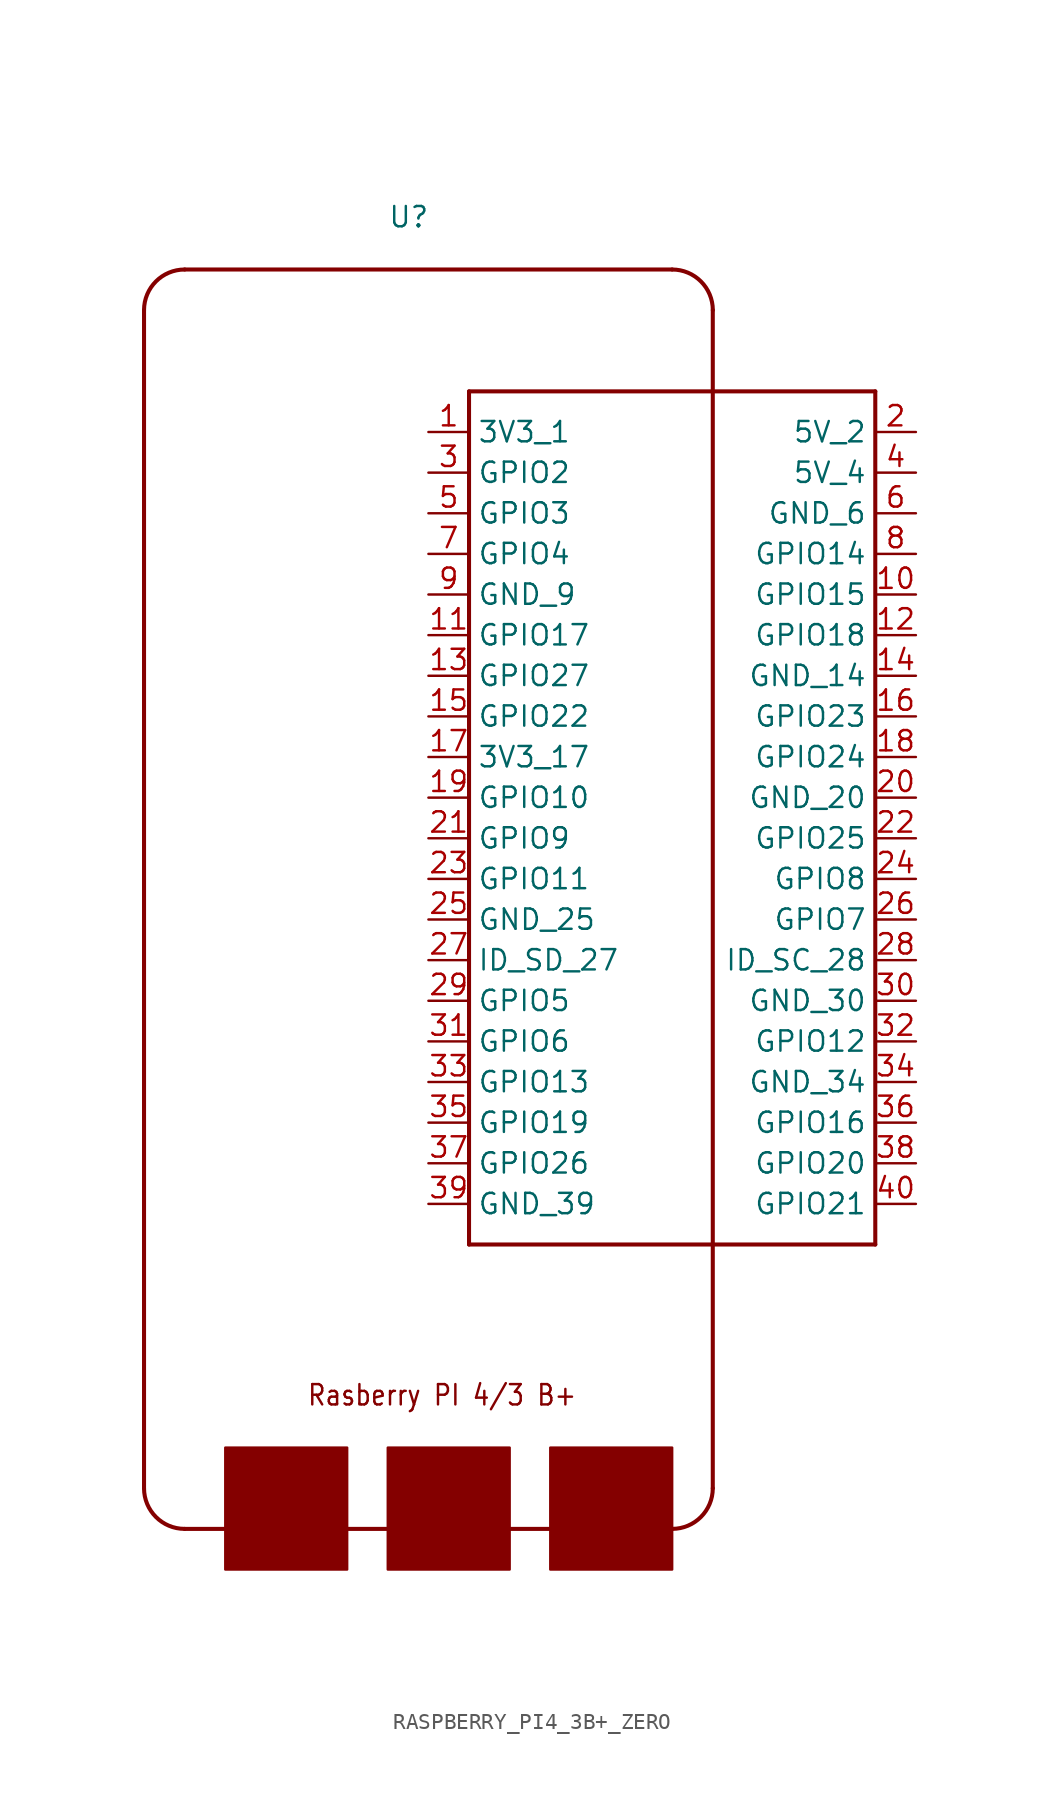
<source format=kicad_sym>
(kicad_symbol_lib
  (version 20211014)
  (generator kicad_symbol_editor)
  (symbol "RASPBERRY_PI4_3B+_ZERO"
    (pin_names)
    (property "Reference" "U"
      (at -17.78 12.7 0)
      (effects (font (size 1.27 1.27)) (justify left bottom)))
    (property "Datasheet" ""
      (at 0 0 0))
    (property "ki_fp_filters" "FlashPCB_DevBoards:RASPBERRY_PI4_HAT FlashPCB_DevBoards:RASPBERRY_PI3B_B+_HAT FlashPCB_DevBoards:RASPBERRY_PI_ZERO_HAT"
      (at 0 0 0))
    (symbol "RASPBERRY_PI4_3B+_ZERO_1_1"
      (text "Rasberry PI 4/3 B+" (at -22.86 -60.96 0) (effects (font (size 1.27 1.086)) (justify left bottom)))
      (rectangle (start -7.62 -71.12) (end 0 -63.5) (stroke (width 0)) (fill (type outline)))
      (rectangle (start -17.78 -71.12) (end -10.16 -63.5) (stroke (width 0)) (fill (type outline)))
      (rectangle (start -27.94 -71.12) (end -20.32 -63.5) (stroke (width 0)) (fill (type outline)))
      (polyline (pts (xy -12.7 2.54) (xy 12.7 2.54)) (stroke (width 0.254)) (fill (type none)))
      (polyline (pts (xy 12.7 2.54) (xy 12.7 -50.8)) (stroke (width 0.254)) (fill (type none)))
      (polyline (pts (xy 12.7 -50.8) (xy -12.7 -50.8)) (stroke (width 0.254)) (fill (type none)))
      (polyline (pts (xy -12.7 -50.8) (xy -12.7 2.54)) (stroke (width 0.254)) (fill (type none)))
      (arc (start 2.54 7.62) (mid 1.796051224213831 9.416051224213831) (end 0 10.16) (stroke (width 0.254) (type default)) (fill (type none)))
      (polyline (pts (xy 0 10.16) (xy -30.48 10.16)) (stroke (width 0.254)) (fill (type none)))
      (arc (start -30.48 10.16) (mid -32.27605122421383 9.416051224213831) (end -33.02 7.62) (stroke (width 0.254) (type default)) (fill (type none)))
      (polyline (pts (xy -33.02 7.62) (xy -33.02 -66.04)) (stroke (width 0.254)) (fill (type none)))
      (arc (start -33.02 -66.04) (mid -32.27605122421383 -67.83605122421383) (end -30.48 -68.58) (stroke (width 0.254) (type default)) (fill (type none)))
      (polyline (pts (xy -30.48 -68.58) (xy 0 -68.58)) (stroke (width 0.254)) (fill (type none)))
      (arc (start 0 -68.58) (mid 1.7960512242138291 -67.83605122421383) (end 2.54 -66.04) (stroke (width 0.254) (type default)) (fill (type none)))
      (polyline (pts (xy 2.54 -66.04) (xy 2.54 7.62)) (stroke (width 0.254)) (fill (type none)))
      (circle private (center 0 0) (radius 2.54) (stroke (width 0.254) (type default)) (fill (type none)))
      (circle private (center 0 0) (radius 2.54) (stroke (width 0.254) (type default)) (fill (type none)))
      (circle private (center 0 0) (radius 2.54) (stroke (width 0.254) (type default)) (fill (type none)))
      (circle private (center 0 0) (radius 2.54) (stroke (width 0.254) (type default)) (fill (type none)))
      (pin bidirectional line (at -15.24 0 0) (length 2.54) (name "3V3_1" (effects (font (size 1.27 1.27)))) (number "1" (effects (font (size 1.27 1.27)))))
      (pin bidirectional line (at 15.24 0 180) (length 2.54) (name "5V_2" (effects (font (size 1.27 1.27)))) (number "2" (effects (font (size 1.27 1.27)))))
      (pin bidirectional line (at -15.24 -2.54 0) (length 2.54) (name "GPIO2" (effects (font (size 1.27 1.27)))) (number "3" (effects (font (size 1.27 1.27)))))
      (pin bidirectional line (at 15.24 -2.54 180) (length 2.54) (name "5V_4" (effects (font (size 1.27 1.27)))) (number "4" (effects (font (size 1.27 1.27)))))
      (pin bidirectional line (at -15.24 -5.08 0) (length 2.54) (name "GPIO3" (effects (font (size 1.27 1.27)))) (number "5" (effects (font (size 1.27 1.27)))))
      (pin bidirectional line (at 15.24 -5.08 180) (length 2.54) (name "GND_6" (effects (font (size 1.27 1.27)))) (number "6" (effects (font (size 1.27 1.27)))))
      (pin bidirectional line (at -15.24 -7.62 0) (length 2.54) (name "GPIO4" (effects (font (size 1.27 1.27)))) (number "7" (effects (font (size 1.27 1.27)))))
      (pin bidirectional line (at 15.24 -7.62 180) (length 2.54) (name "GPIO14" (effects (font (size 1.27 1.27)))) (number "8" (effects (font (size 1.27 1.27)))))
      (pin bidirectional line (at -15.24 -10.16 0) (length 2.54) (name "GND_9" (effects (font (size 1.27 1.27)))) (number "9" (effects (font (size 1.27 1.27)))))
      (pin bidirectional line (at 15.24 -10.16 180) (length 2.54) (name "GPIO15" (effects (font (size 1.27 1.27)))) (number "10" (effects (font (size 1.27 1.27)))))
      (pin bidirectional line (at -15.24 -12.7 0) (length 2.54) (name "GPIO17" (effects (font (size 1.27 1.27)))) (number "11" (effects (font (size 1.27 1.27)))))
      (pin bidirectional line (at 15.24 -12.7 180) (length 2.54) (name "GPIO18" (effects (font (size 1.27 1.27)))) (number "12" (effects (font (size 1.27 1.27)))))
      (pin bidirectional line (at -15.24 -15.24 0) (length 2.54) (name "GPIO27" (effects (font (size 1.27 1.27)))) (number "13" (effects (font (size 1.27 1.27)))))
      (pin bidirectional line (at 15.24 -15.24 180) (length 2.54) (name "GND_14" (effects (font (size 1.27 1.27)))) (number "14" (effects (font (size 1.27 1.27)))))
      (pin bidirectional line (at -15.24 -17.78 0) (length 2.54) (name "GPIO22" (effects (font (size 1.27 1.27)))) (number "15" (effects (font (size 1.27 1.27)))))
      (pin bidirectional line (at 15.24 -17.78 180) (length 2.54) (name "GPIO23" (effects (font (size 1.27 1.27)))) (number "16" (effects (font (size 1.27 1.27)))))
      (pin bidirectional line (at -15.24 -20.32 0) (length 2.54) (name "3V3_17" (effects (font (size 1.27 1.27)))) (number "17" (effects (font (size 1.27 1.27)))))
      (pin bidirectional line (at 15.24 -20.32 180) (length 2.54) (name "GPIO24" (effects (font (size 1.27 1.27)))) (number "18" (effects (font (size 1.27 1.27)))))
      (pin bidirectional line (at -15.24 -22.86 0) (length 2.54) (name "GPIO10" (effects (font (size 1.27 1.27)))) (number "19" (effects (font (size 1.27 1.27)))))
      (pin bidirectional line (at 15.24 -22.86 180) (length 2.54) (name "GND_20" (effects (font (size 1.27 1.27)))) (number "20" (effects (font (size 1.27 1.27)))))
      (pin bidirectional line (at -15.24 -25.4 0) (length 2.54) (name "GPIO9" (effects (font (size 1.27 1.27)))) (number "21" (effects (font (size 1.27 1.27)))))
      (pin bidirectional line (at 15.24 -25.4 180) (length 2.54) (name "GPIO25" (effects (font (size 1.27 1.27)))) (number "22" (effects (font (size 1.27 1.27)))))
      (pin bidirectional line (at -15.24 -27.94 0) (length 2.54) (name "GPIO11" (effects (font (size 1.27 1.27)))) (number "23" (effects (font (size 1.27 1.27)))))
      (pin bidirectional line (at 15.24 -27.94 180) (length 2.54) (name "GPIO8" (effects (font (size 1.27 1.27)))) (number "24" (effects (font (size 1.27 1.27)))))
      (pin bidirectional line (at -15.24 -30.48 0) (length 2.54) (name "GND_25" (effects (font (size 1.27 1.27)))) (number "25" (effects (font (size 1.27 1.27)))))
      (pin bidirectional line (at 15.24 -30.48 180) (length 2.54) (name "GPIO7" (effects (font (size 1.27 1.27)))) (number "26" (effects (font (size 1.27 1.27)))))
      (pin bidirectional line (at -15.24 -33.02 0) (length 2.54) (name "ID_SD_27" (effects (font (size 1.27 1.27)))) (number "27" (effects (font (size 1.27 1.27)))))
      (pin bidirectional line (at 15.24 -33.02 180) (length 2.54) (name "ID_SC_28" (effects (font (size 1.27 1.27)))) (number "28" (effects (font (size 1.27 1.27)))))
      (pin bidirectional line (at -15.24 -35.56 0) (length 2.54) (name "GPIO5" (effects (font (size 1.27 1.27)))) (number "29" (effects (font (size 1.27 1.27)))))
      (pin bidirectional line (at 15.24 -35.56 180) (length 2.54) (name "GND_30" (effects (font (size 1.27 1.27)))) (number "30" (effects (font (size 1.27 1.27)))))
      (pin bidirectional line (at -15.24 -38.1 0) (length 2.54) (name "GPIO6" (effects (font (size 1.27 1.27)))) (number "31" (effects (font (size 1.27 1.27)))))
      (pin bidirectional line (at 15.24 -38.1 180) (length 2.54) (name "GPIO12" (effects (font (size 1.27 1.27)))) (number "32" (effects (font (size 1.27 1.27)))))
      (pin bidirectional line (at -15.24 -40.64 0) (length 2.54) (name "GPIO13" (effects (font (size 1.27 1.27)))) (number "33" (effects (font (size 1.27 1.27)))))
      (pin bidirectional line (at 15.24 -40.64 180) (length 2.54) (name "GND_34" (effects (font (size 1.27 1.27)))) (number "34" (effects (font (size 1.27 1.27)))))
      (pin bidirectional line (at -15.24 -43.18 0) (length 2.54) (name "GPIO19" (effects (font (size 1.27 1.27)))) (number "35" (effects (font (size 1.27 1.27)))))
      (pin bidirectional line (at 15.24 -43.18 180) (length 2.54) (name "GPIO16" (effects (font (size 1.27 1.27)))) (number "36" (effects (font (size 1.27 1.27)))))
      (pin bidirectional line (at -15.24 -45.72 0) (length 2.54) (name "GPIO26" (effects (font (size 1.27 1.27)))) (number "37" (effects (font (size 1.27 1.27)))))
      (pin bidirectional line (at 15.24 -45.72 180) (length 2.54) (name "GPIO20" (effects (font (size 1.27 1.27)))) (number "38" (effects (font (size 1.27 1.27)))))
      (pin bidirectional line (at -15.24 -48.26 0) (length 2.54) (name "GND_39" (effects (font (size 1.27 1.27)))) (number "39" (effects (font (size 1.27 1.27)))))
      (pin bidirectional line (at 15.24 -48.26 180) (length 2.54) (name "GPIO21" (effects (font (size 1.27 1.27)))) (number "40" (effects (font (size 1.27 1.27))))))))
</source>
